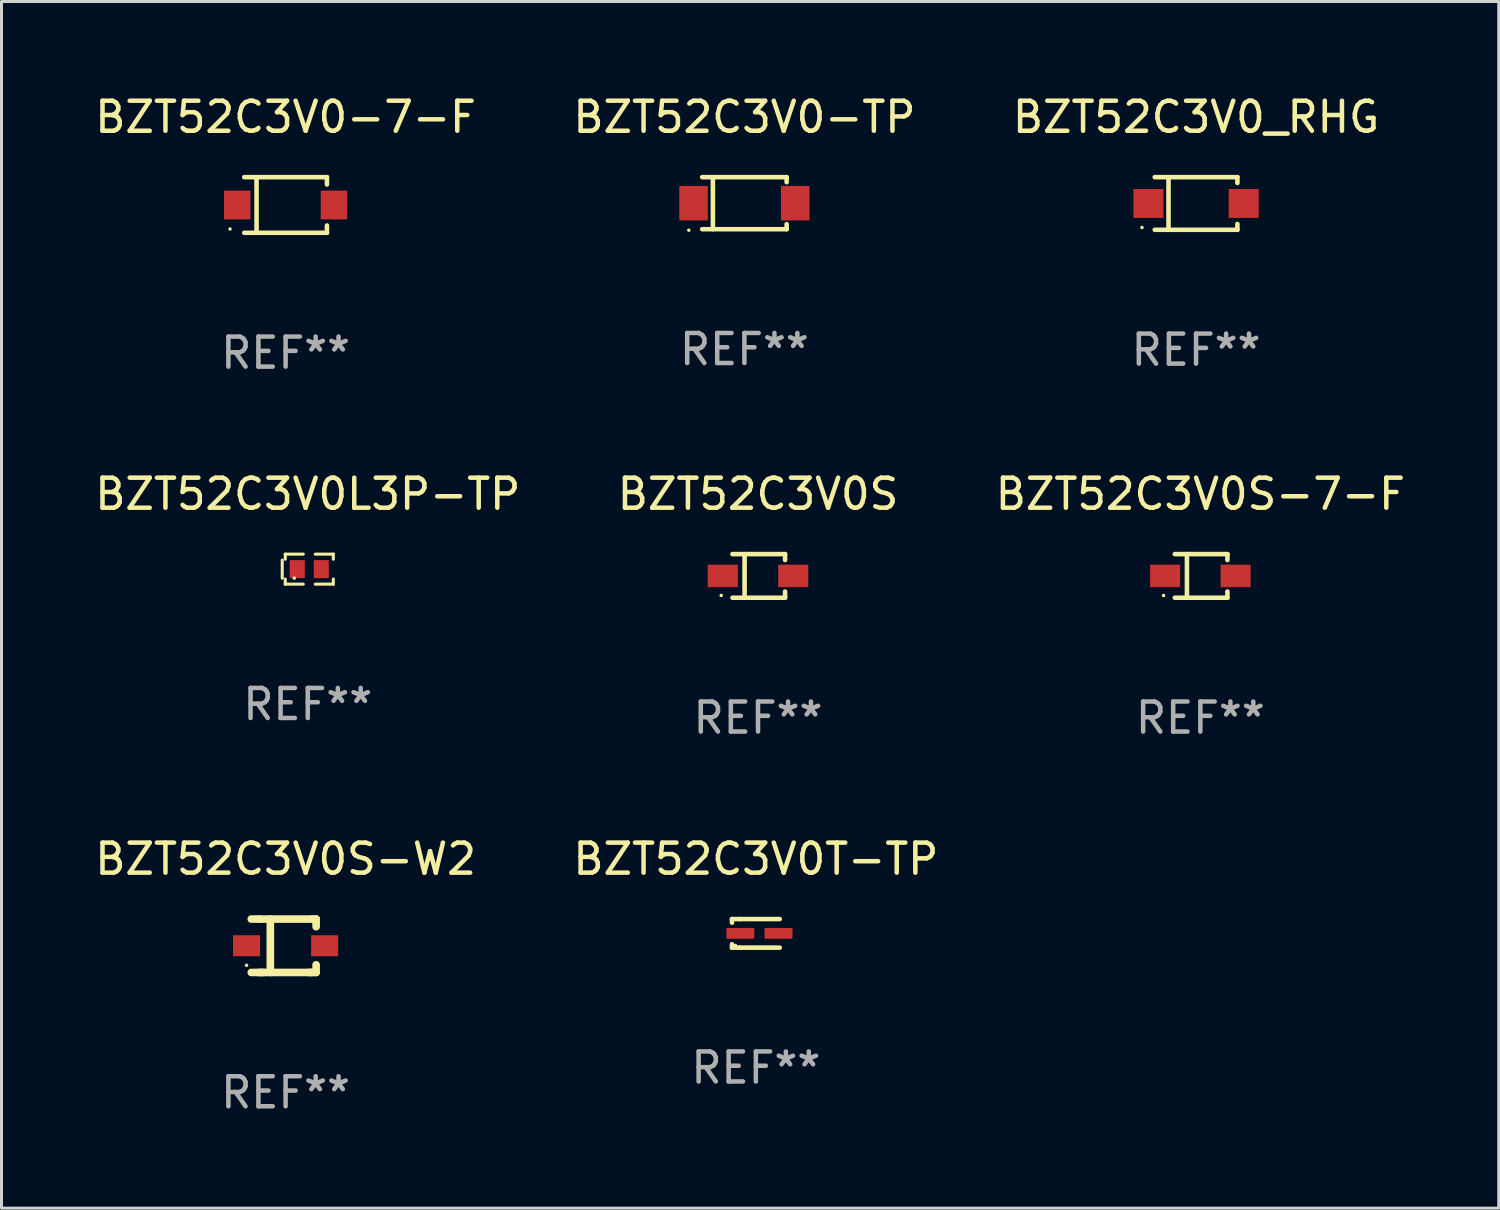
<source format=kicad_pcb>
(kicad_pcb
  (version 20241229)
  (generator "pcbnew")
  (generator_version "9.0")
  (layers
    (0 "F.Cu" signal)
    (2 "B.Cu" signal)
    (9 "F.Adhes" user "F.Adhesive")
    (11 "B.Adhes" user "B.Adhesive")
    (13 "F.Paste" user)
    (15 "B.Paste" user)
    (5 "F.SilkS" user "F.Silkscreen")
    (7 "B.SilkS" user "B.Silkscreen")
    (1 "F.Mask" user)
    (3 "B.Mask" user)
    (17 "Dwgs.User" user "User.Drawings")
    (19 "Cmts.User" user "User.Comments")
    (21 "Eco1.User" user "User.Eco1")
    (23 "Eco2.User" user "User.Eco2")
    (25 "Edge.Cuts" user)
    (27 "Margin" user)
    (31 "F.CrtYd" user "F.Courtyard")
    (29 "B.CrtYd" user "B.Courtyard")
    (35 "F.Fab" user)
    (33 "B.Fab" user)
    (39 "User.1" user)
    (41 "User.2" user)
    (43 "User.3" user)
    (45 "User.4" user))
  (footprint "BZT52C3V0_RHG"
    (layer "F.Cu")
    (at 36.768 3.724)
    (property "Reference" "BZT52C3V0_RHG" (at 0 -2.876 0) (layer "F.SilkS") (effects (font (size 1 1) (thickness 0.15))))
    (attr through_hole)
    (fp_line (start -1.376 -0.876) (end 1.376 -0.876) (stroke (width 0.152) (type solid)) (layer "F.SilkS"))
    (fp_line (start -1.376 0.876) (end 1.376 0.876) (stroke (width 0.152) (type solid)) (layer "F.SilkS"))
    (fp_line (start -0.917 -0.876) (end -0.917 0.876) (stroke (width 0.152) (type solid)) (layer "F.SilkS"))
    (fp_line (start 1.376 -0.876) (end 1.376 -0.683) (stroke (width 0.152) (type solid)) (layer "F.SilkS"))
    (fp_line (start 1.376 0.876) (end 1.376 0.683) (stroke (width 0.152) (type solid)) (layer "F.SilkS"))
    (fp_circle (center -1.8 0.8) (end -1.77 0.8) (stroke (width 0.06) (type solid)) (fill no) (layer "F.SilkS"))
    (fp_text user "REF**" (at 0 4.876 0) (layer "F.Fab") (effects (font (size 1 1) (thickness 0.15))))
    (pad "1" smd rect (at -1.585 0) (size 1 0.96) (layers "F.Cu" "F.Mask" "F.Paste"))
    (pad "2" smd rect (at 1.585 0) (size 1 0.96) (layers "F.Cu" "F.Mask" "F.Paste")))
  (footprint "BZT52C3V0S-7-F"
    (layer "F.Cu")
    (at 36.911 16.123)
    (property "Reference" "BZT52C3V0S-7-F" (at 0 -2.726 0) (layer "F.SilkS") (effects (font (size 1 1) (thickness 0.15))))
    (attr through_hole)
    (fp_line (start -0.851 -0.726) (end 0.901 -0.726) (stroke (width 0.152) (type solid)) (layer "F.SilkS"))
    (fp_line (start -0.851 0.726) (end 0.901 0.726) (stroke (width 0.152) (type solid)) (layer "F.SilkS"))
    (fp_line (start -0.447 -0.726) (end -0.447 0.726) (stroke (width 0.152) (type solid)) (layer "F.SilkS"))
    (fp_line (start 0.901 -0.726) (end 0.901 -0.53) (stroke (width 0.152) (type solid)) (layer "F.SilkS"))
    (fp_line (start 0.901 0.726) (end 0.901 0.52) (stroke (width 0.152) (type solid)) (layer "F.SilkS"))
    (fp_circle (center -1.225 0.65) (end -1.195 0.65) (stroke (width 0.06) (type solid)) (fill no) (layer "F.SilkS"))
    (fp_text user "REF**" (at 0 4.726 0) (layer "F.Fab") (effects (font (size 1 1) (thickness 0.15))))
    (pad "1" smd rect (at -1.173 0) (size 1 0.75) (layers "F.Cu" "F.Mask" "F.Paste"))
    (pad "2" smd rect (at 1.173 0) (size 1 0.75) (layers "F.Cu" "F.Mask" "F.Paste")))
  (footprint "BZT52C3V0T-TP"
    (layer "F.Cu")
    (at 22.113 28.022)
    (property "Reference" "BZT52C3V0T-TP" (at 0 -2.476 0) (layer "F.SilkS") (effects (font (size 1 1) (thickness 0.15))))
    (attr through_hole)
    (fp_line (start -0.795 -0.476) (end -0.795 -0.356) (stroke (width 0.152) (type solid)) (layer "F.SilkS"))
    (fp_line (start -0.795 0.363) (end -0.795 0.476) (stroke (width 0.152) (type solid)) (layer "F.SilkS"))
    (fp_line (start -0.795 0.476) (end -0.557 0.476) (stroke (width 0.152) (type solid)) (layer "F.SilkS"))
    (fp_line (start -0.557 -0.476) (end -0.795 -0.476) (stroke (width 0.152) (type solid)) (layer "F.SilkS"))
    (fp_line (start -0.557 -0.476) (end 0.795 -0.476) (stroke (width 0.152) (type solid)) (layer "F.SilkS"))
    (fp_line (start -0.557 0.476) (end 0.795 0.476) (stroke (width 0.152) (type solid)) (layer "F.SilkS"))
    (fp_circle (center -0.681 0.4) (end -0.651 0.4) (stroke (width 0.06) (type solid)) (fill no) (layer "F.SilkS"))
    (fp_text user "REF**" (at 0 4.476 0) (layer "F.Fab") (effects (font (size 1 1) (thickness 0.15))))
    (pad "1" smd rect (at -0.516 0 180) (size 0.93 0.36) (layers "F.Cu" "F.Mask" "F.Paste"))
    (pad "2" smd rect (at 0.754 0 180) (size 0.93 0.36) (layers "F.Cu" "F.Mask" "F.Paste")))
  (footprint "BZT52C3V0-7-F"
    (layer "F.Cu")
    (at 6.458 3.774)
    (property "Reference" "BZT52C3V0-7-F" (at 0 -2.926 0) (layer "F.SilkS") (effects (font (size 1 1) (thickness 0.15))))
    (attr through_hole)
    (fp_line (start -1.376 -0.926) (end 1.376 -0.926) (stroke (width 0.152) (type solid)) (layer "F.SilkS"))
    (fp_line (start -1.376 0.926) (end 1.376 0.926) (stroke (width 0.152) (type solid)) (layer "F.SilkS"))
    (fp_line (start -0.967 -0.926) (end -0.967 0.926) (stroke (width 0.152) (type solid)) (layer "F.SilkS"))
    (fp_line (start 1.376 -0.926) (end 1.376 -0.683) (stroke (width 0.152) (type solid)) (layer "F.SilkS"))
    (fp_line (start 1.376 0.926) (end 1.376 0.683) (stroke (width 0.152) (type solid)) (layer "F.SilkS"))
    (fp_circle (center -1.85 0.8) (end -1.82 0.8) (stroke (width 0.06) (type solid)) (fill no) (layer "F.SilkS"))
    (fp_text user "REF**" (at 0 4.926 0) (layer "F.Fab") (effects (font (size 1 1) (thickness 0.15))))
    (pad "1" smd rect (at -1.61 0) (size 0.88 0.96) (layers "F.Cu" "F.Mask" "F.Paste"))
    (pad "2" smd rect (at 1.61 0) (size 0.88 0.96) (layers "F.Cu" "F.Mask" "F.Paste")))
  (footprint "BZT52C3V0-TP"
    (layer "F.Cu")
    (at 21.732 3.714)
    (property "Reference" "BZT52C3V0-TP" (at 0 -2.866 0) (layer "F.SilkS") (effects (font (size 1 1) (thickness 0.15))))
    (attr through_hole)
    (fp_line (start -1.406 -0.866) (end 1.406 -0.866) (stroke (width 0.152) (type solid)) (layer "F.SilkS"))
    (fp_line (start -1.406 0.866) (end 1.406 0.866) (stroke (width 0.152) (type solid)) (layer "F.SilkS"))
    (fp_line (start -1.049 -0.866) (end -1.049 0.866) (stroke (width 0.152) (type solid)) (layer "F.SilkS"))
    (fp_line (start 1.406 -0.866) (end 1.406 -0.698) (stroke (width 0.152) (type solid)) (layer "F.SilkS"))
    (fp_line (start 1.406 0.866) (end 1.406 0.698) (stroke (width 0.152) (type solid)) (layer "F.SilkS"))
    (fp_circle (center -1.851 0.9) (end -1.821 0.9) (stroke (width 0.06) (type solid)) (fill no) (layer "F.SilkS"))
    (fp_text user "REF**" (at 0 4.866 0) (layer "F.Fab") (effects (font (size 1 1) (thickness 0.15))))
    (pad "1" smd rect (at -1.692 0) (size 0.95 1.15) (layers "F.Cu" "F.Mask" "F.Paste"))
    (pad "2" smd rect (at 1.692 0) (size 0.95 1.15) (layers "F.Cu" "F.Mask" "F.Paste")))
  (footprint "BZT52C3V0S-W2"
    (layer "F.Cu")
    (at 6.458 28.435)
    (property "Reference" "BZT52C3V0S-W2" (at 0 -2.889 0) (layer "F.SilkS") (effects (font (size 1 1) (thickness 0.15))))
    (attr through_hole)
    (fp_line (start -0.889 -0.889) (end -1.143 -0.889) (stroke (width 0.254) (type solid)) (layer "F.SilkS"))
    (fp_line (start -0.889 -0.889) (end 0.889 -0.889) (stroke (width 0.254) (type solid)) (layer "F.SilkS"))
    (fp_line (start -0.889 0.889) (end 0.889 0.889) (stroke (width 0.254) (type solid)) (layer "F.SilkS"))
    (fp_line (start -0.728 0.889) (end -1.143 0.889) (stroke (width 0.254) (type solid)) (layer "F.SilkS"))
    (fp_line (start -0.508 -0.889) (end -0.508 0.889) (stroke (width 0.254) (type solid)) (layer "F.SilkS"))
    (fp_line (start 0.763 0.889) (end 1.016 0.889) (stroke (width 0.254) (type solid)) (layer "F.SilkS"))
    (fp_line (start 0.889 -0.889) (end 1.016 -0.889) (stroke (width 0.254) (type solid)) (layer "F.SilkS"))
    (fp_line (start 1.016 -0.889) (end 1.016 -0.635) (stroke (width 0.254) (type solid)) (layer "F.SilkS"))
    (fp_line (start 1.016 0.889) (end 1.016 0.635) (stroke (width 0.254) (type solid)) (layer "F.SilkS"))
    (fp_circle (center -1.3 0.65) (end -1.27 0.65) (stroke (width 0.06) (type solid)) (fill no) (layer "F.SilkS"))
    (fp_text user "REF**" (at 0 4.889 0) (layer "F.Fab") (effects (font (size 1 1) (thickness 0.15))))
    (pad "1" smd rect (at -1.3 0) (size 0.9 0.7) (layers "F.Cu" "F.Mask" "F.Paste"))
    (pad "2" smd rect (at 1.3 0) (size 0.9 0.7) (layers "F.Cu" "F.Mask" "F.Paste")))
  (footprint "BZT52C3V0L3P-TP"
    (layer "F.Cu")
    (at 7.196 15.897)
    (property "Reference" "BZT52C3V0L3P-TP" (at 0 -2.5 0) (layer "F.SilkS") (effects (font (size 1 1) (thickness 0.15))))
    (attr through_hole)
    (fp_line (start -0.85 -0.3) (end -0.85 0.3) (stroke (width 0.102) (type solid)) (layer "F.SilkS"))
    (fp_line (start -0.75 -0.5) (end -0.75 -0.329) (stroke (width 0.102) (type solid)) (layer "F.SilkS"))
    (fp_line (start -0.75 0.329) (end -0.75 0.5) (stroke (width 0.102) (type solid)) (layer "F.SilkS"))
    (fp_line (start -0.75 0.5) (end -0.15 0.5) (stroke (width 0.102) (type solid)) (layer "F.SilkS"))
    (fp_line (start -0.15 -0.5) (end -0.75 -0.5) (stroke (width 0.102) (type solid)) (layer "F.SilkS"))
    (fp_line (start 0.25 -0.5) (end 0.85 -0.5) (stroke (width 0.102) (type solid)) (layer "F.SilkS"))
    (fp_line (start 0.85 -0.5) (end 0.85 -0.33) (stroke (width 0.102) (type solid)) (layer "F.SilkS"))
    (fp_line (start 0.85 0.33) (end 0.85 0.5) (stroke (width 0.102) (type solid)) (layer "F.SilkS"))
    (fp_line (start 0.85 0.5) (end 0.25 0.5) (stroke (width 0.102) (type solid)) (layer "F.SilkS"))
    (fp_circle (center -0.45 0.3) (end -0.42 0.3) (stroke (width 0.06) (type solid)) (fill no) (layer "F.SilkS"))
    (fp_text user "REF**" (at 0 4.5 0) (layer "F.Fab") (effects (font (size 1 1) (thickness 0.15))))
    (pad "1" smd rect (at -0.35 0) (size 0.5 0.6) (layers "F.Cu" "F.Mask" "F.Paste"))
    (pad "2" smd rect (at 0.45 0) (size 0.5 0.6) (layers "F.Cu" "F.Mask" "F.Paste")))
  (footprint "BZT52C3V0S"
    (layer "F.Cu")
    (at 22.185 16.123)
    (property "Reference" "BZT52C3V0S" (at 0 -2.726 0) (layer "F.SilkS") (effects (font (size 1 1) (thickness 0.15))))
    (attr through_hole)
    (fp_line (start -0.851 -0.726) (end 0.901 -0.726) (stroke (width 0.152) (type solid)) (layer "F.SilkS"))
    (fp_line (start -0.851 0.726) (end 0.901 0.726) (stroke (width 0.152) (type solid)) (layer "F.SilkS"))
    (fp_line (start -0.447 -0.726) (end -0.447 0.726) (stroke (width 0.152) (type solid)) (layer "F.SilkS"))
    (fp_line (start 0.901 -0.726) (end 0.901 -0.53) (stroke (width 0.152) (type solid)) (layer "F.SilkS"))
    (fp_line (start 0.901 0.726) (end 0.901 0.52) (stroke (width 0.152) (type solid)) (layer "F.SilkS"))
    (fp_circle (center -1.225 0.65) (end -1.195 0.65) (stroke (width 0.06) (type solid)) (fill no) (layer "F.SilkS"))
    (fp_text user "REF**" (at 0 4.726 0) (layer "F.Fab") (effects (font (size 1 1) (thickness 0.15))))
    (pad "1" smd rect (at -1.173 0) (size 1 0.75) (layers "F.Cu" "F.Mask" "F.Paste"))
    (pad "2" smd rect (at 1.173 0) (size 1 0.75) (layers "F.Cu" "F.Mask" "F.Paste")))
  (gr_rect
    (start -3 -3)
    (end 46.845 37.172)
    (stroke (width 0.1) (type default))
    (fill no)
    (layer "Edge.Cuts")))
</source>
